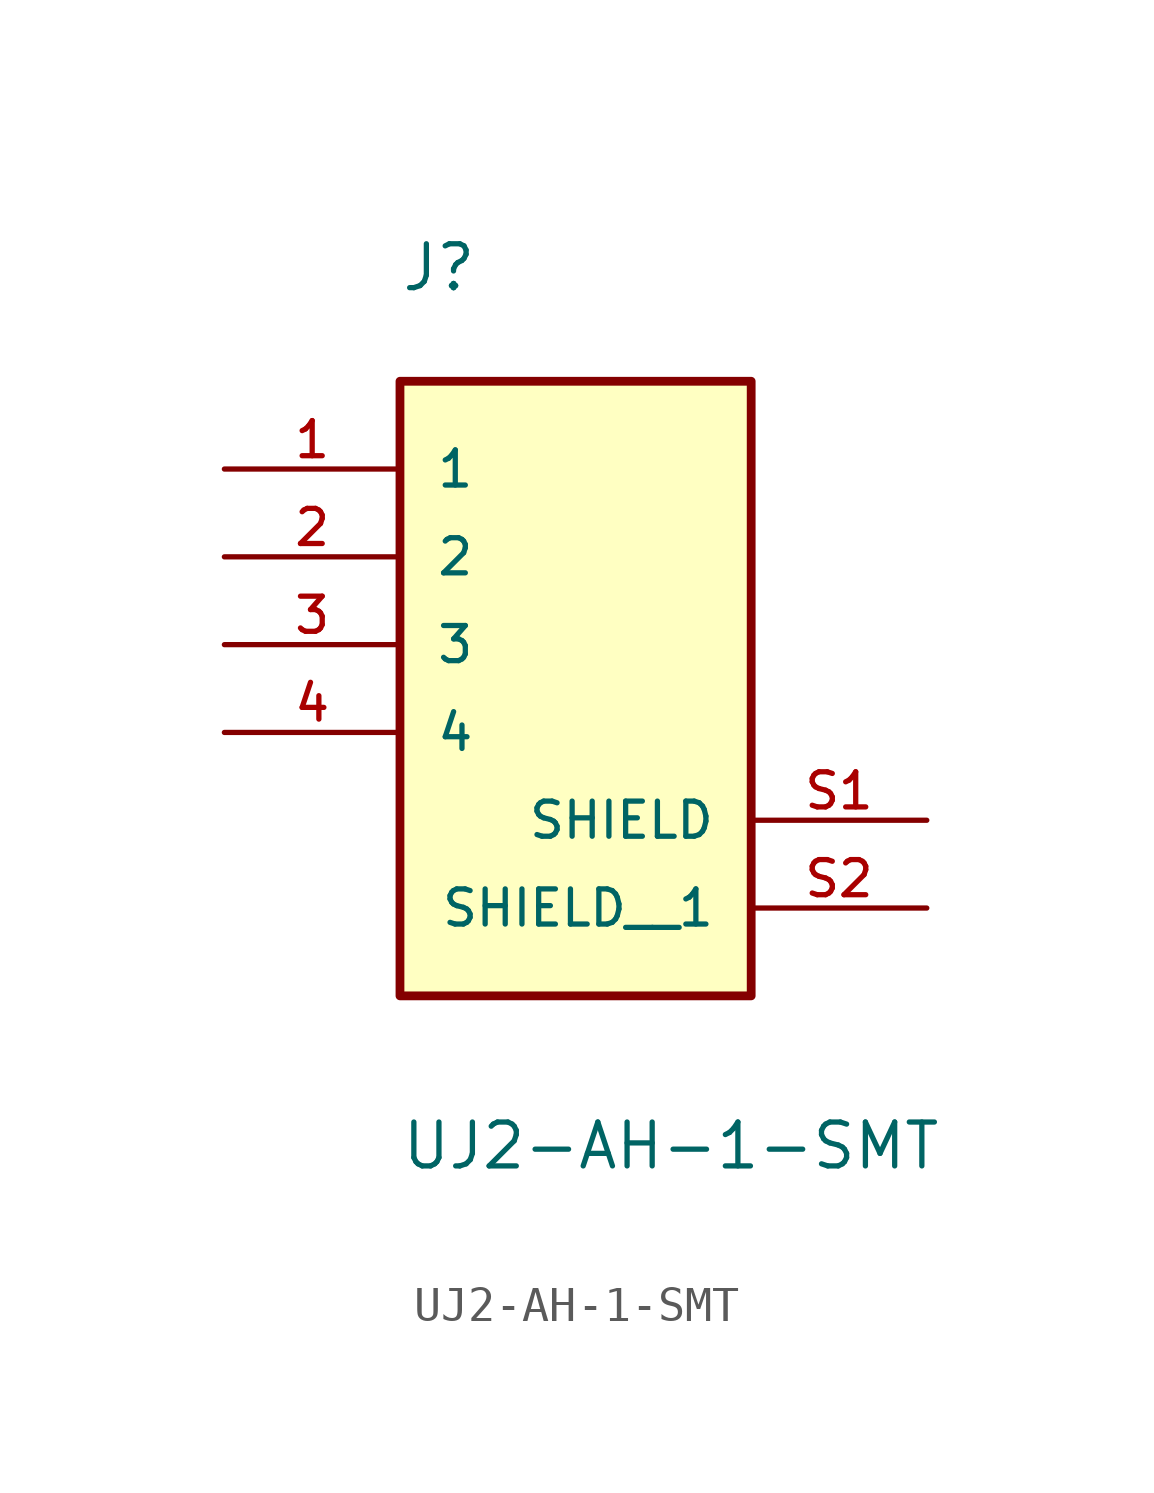
<source format=kicad_sym>
(kicad_symbol_lib
  (version 20211014)
  (generator kicad_symbol_editor)
  (symbol "UJ2-AH-1-SMT"
    (pin_names
      (offset 1.016))
    (property "Reference" "J"
      (at -5.082 10.164 0)
      (effects (font (size 1.27 1.27)) (justify bottom left)))
    (property "Value" "UJ2-AH-1-SMT"
      (at -5.081 -15.243 0)
      (effects (font (size 1.27 1.27)) (justify bottom left)))
    (symbol "UJ2-AH-1-SMT_0_0"
      (rectangle (start -5.08 -10.16) (end 5.08 7.62) (stroke (width 0.254)) (fill (type background)))
      (pin passive line (at -10.16 5.08 0) (length 5.08) (name "1" (effects (font (size 1.016 1.016)))) (number "1" (effects (font (size 1.016 1.016)))))
      (pin passive line (at -10.16 2.54 0) (length 5.08) (name "2" (effects (font (size 1.016 1.016)))) (number "2" (effects (font (size 1.016 1.016)))))
      (pin passive line (at -10.16 0.0 0) (length 5.08) (name "3" (effects (font (size 1.016 1.016)))) (number "3" (effects (font (size 1.016 1.016)))))
      (pin passive line (at -10.16 -2.54 0) (length 5.08) (name "4" (effects (font (size 1.016 1.016)))) (number "4" (effects (font (size 1.016 1.016)))))
      (pin passive line (at 10.16 -5.08 180.0) (length 5.08) (name "SHIELD" (effects (font (size 1.016 1.016)))) (number "S1" (effects (font (size 1.016 1.016)))))
      (pin passive line (at 10.16 -7.62 180.0) (length 5.08) (name "SHIELD__1" (effects (font (size 1.016 1.016)))) (number "S2" (effects (font (size 1.016 1.016))))))))
</source>
